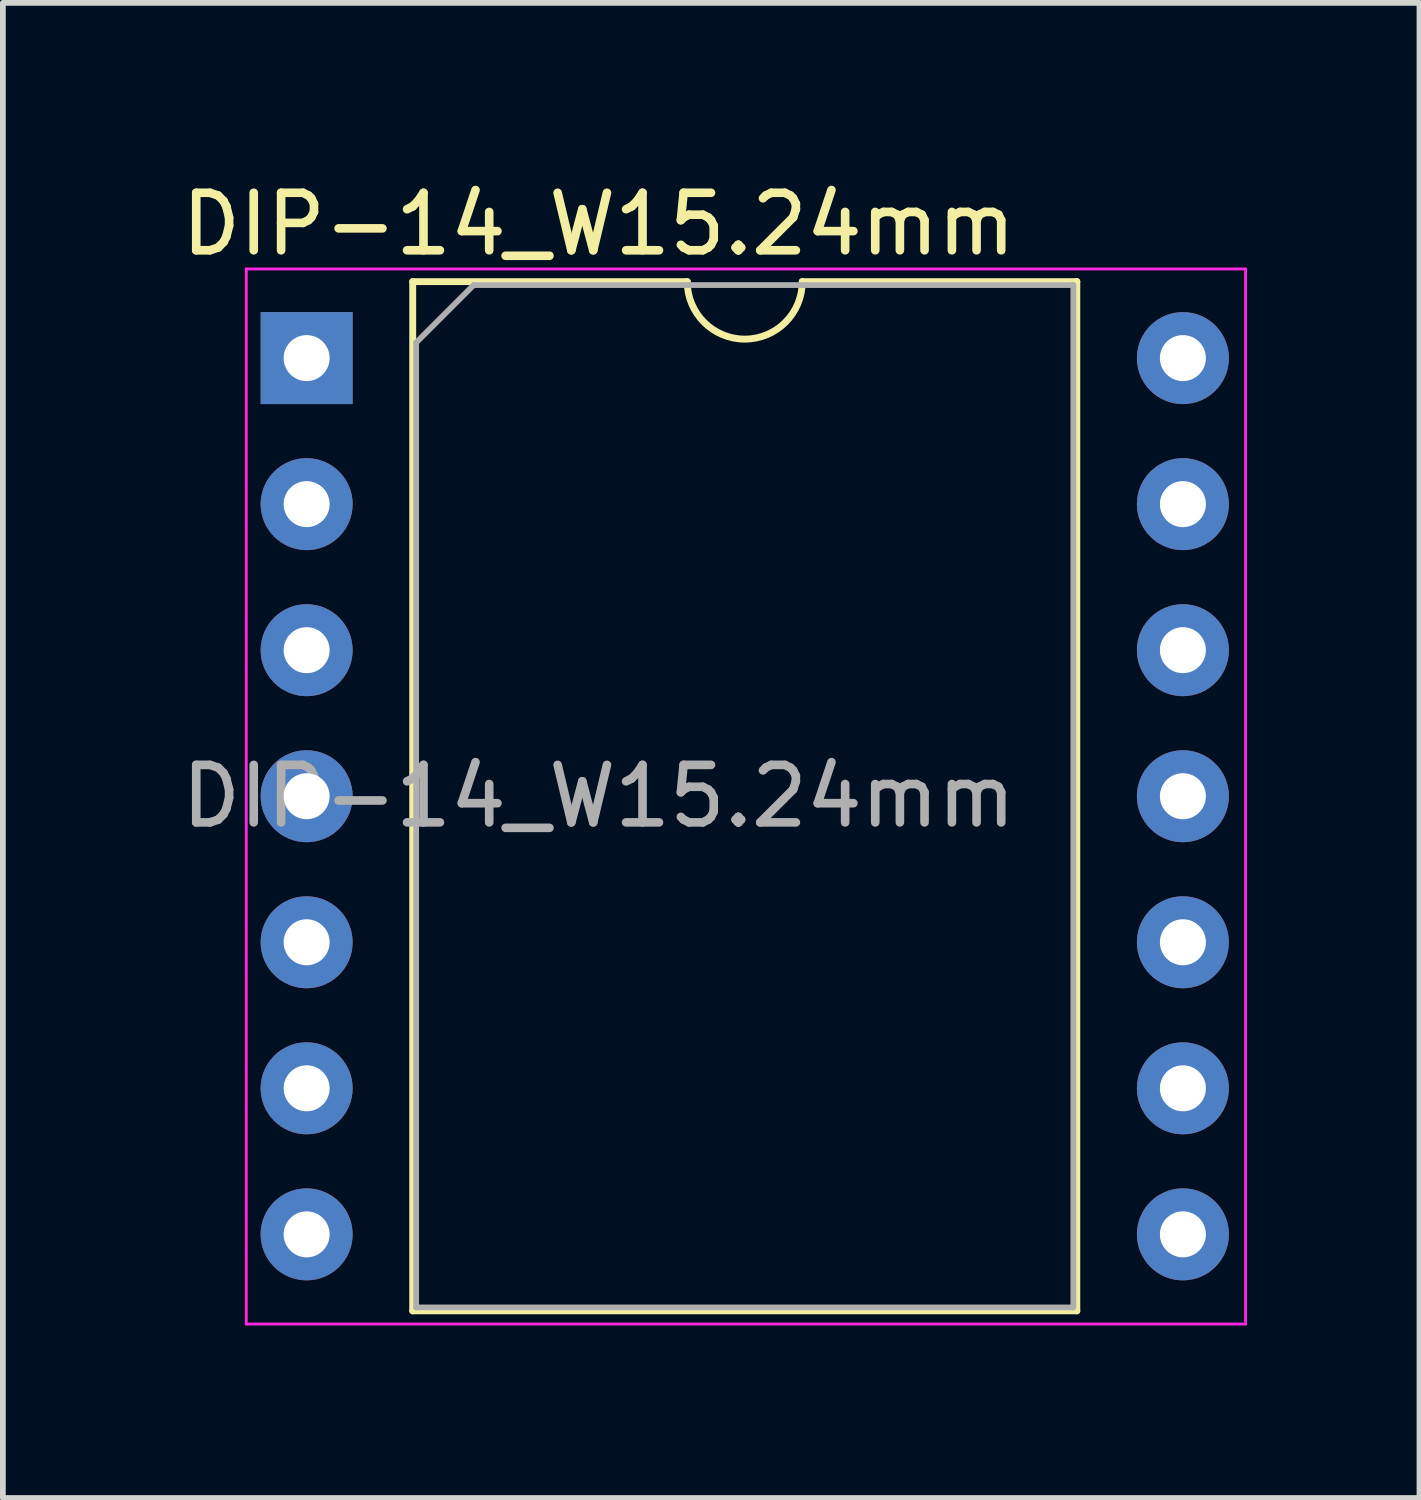
<source format=kicad_pcb>
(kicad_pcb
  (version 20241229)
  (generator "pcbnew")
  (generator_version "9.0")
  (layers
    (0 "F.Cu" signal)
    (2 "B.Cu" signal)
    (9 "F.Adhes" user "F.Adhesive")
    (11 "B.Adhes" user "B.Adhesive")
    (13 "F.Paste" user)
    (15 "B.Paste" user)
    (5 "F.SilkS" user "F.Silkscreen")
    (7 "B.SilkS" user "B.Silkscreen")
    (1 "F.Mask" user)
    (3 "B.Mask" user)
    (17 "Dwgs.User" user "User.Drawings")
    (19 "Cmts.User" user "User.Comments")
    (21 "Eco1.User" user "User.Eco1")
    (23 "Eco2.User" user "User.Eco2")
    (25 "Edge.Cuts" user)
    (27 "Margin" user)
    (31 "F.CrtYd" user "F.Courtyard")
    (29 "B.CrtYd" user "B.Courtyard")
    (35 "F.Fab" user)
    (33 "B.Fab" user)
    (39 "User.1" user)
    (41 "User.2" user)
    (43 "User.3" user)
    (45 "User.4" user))
  (footprint "DIP-14_W15.24mm"
    (layer "F.Cu")
    (at 2.283 3.178)
    (property "Reference" "DIP-14_W15.24mm" (at 5.08 -2.33 0) (layer "F.SilkS") (effects (font (size 1 1) (thickness 0.15))))
    (attr through_hole)
    (fp_line (start 1.845 -1.33) (end 1.845 16.57) (stroke (width 0.12) (type solid)) (layer "F.SilkS"))
    (fp_line (start 1.845 16.57) (end 13.395 16.57) (stroke (width 0.12) (type solid)) (layer "F.SilkS"))
    (fp_line (start 6.62 -1.33) (end 1.845 -1.33) (stroke (width 0.12) (type solid)) (layer "F.SilkS"))
    (fp_line (start 13.395 -1.33) (end 8.62 -1.33) (stroke (width 0.12) (type solid)) (layer "F.SilkS"))
    (fp_line (start 13.395 16.57) (end 13.395 -1.33) (stroke (width 0.12) (type solid)) (layer "F.SilkS"))
    (fp_arc (start 8.62 -1.33) (mid 7.62 -0.33) (end 6.62 -1.33) (stroke (width 0.12) (type solid)) (layer "F.SilkS"))
    (fp_line (start -1.05 -1.55) (end -1.05 16.8) (stroke (width 0.05) (type solid)) (layer "F.CrtYd"))
    (fp_line (start -1.05 16.8) (end 16.33 16.8) (stroke (width 0.05) (type solid)) (layer "F.CrtYd"))
    (fp_line (start 16.33 -1.55) (end -1.05 -1.55) (stroke (width 0.05) (type solid)) (layer "F.CrtYd"))
    (fp_line (start 16.33 16.8) (end 16.33 -1.55) (stroke (width 0.05) (type solid)) (layer "F.CrtYd"))
    (fp_line (start 1.905 -0.27) (end 2.905 -1.27) (stroke (width 0.1) (type solid)) (layer "F.Fab"))
    (fp_line (start 1.905 16.51) (end 1.905 -0.27) (stroke (width 0.1) (type solid)) (layer "F.Fab"))
    (fp_line (start 2.905 -1.27) (end 13.335 -1.27) (stroke (width 0.1) (type solid)) (layer "F.Fab"))
    (fp_line (start 13.335 -1.27) (end 13.335 16.51) (stroke (width 0.1) (type solid)) (layer "F.Fab"))
    (fp_line (start 13.335 16.51) (end 1.905 16.51) (stroke (width 0.1) (type solid)) (layer "F.Fab"))
    (fp_text user "${REFERENCE}" (at 5.08 7.62 0) (layer "F.Fab") (effects (font (size 1 1) (thickness 0.15))))
    (pad "1" thru_hole rect (at 0 0) (size 1.6 1.6) (drill 0.8) (layers "*.Cu" "*.Mask"))
    (pad "2" thru_hole oval (at 0 2.54) (size 1.6 1.6) (drill 0.8) (layers "*.Cu" "*.Mask"))
    (pad "3" thru_hole oval (at 0 5.08) (size 1.6 1.6) (drill 0.8) (layers "*.Cu" "*.Mask"))
    (pad "4" thru_hole oval (at 0 7.62) (size 1.6 1.6) (drill 0.8) (layers "*.Cu" "*.Mask"))
    (pad "5" thru_hole oval (at 0 10.16) (size 1.6 1.6) (drill 0.8) (layers "*.Cu" "*.Mask"))
    (pad "6" thru_hole oval (at 0 12.7) (size 1.6 1.6) (drill 0.8) (layers "*.Cu" "*.Mask"))
    (pad "7" thru_hole oval (at 0 15.24) (size 1.6 1.6) (drill 0.8) (layers "*.Cu" "*.Mask"))
    (pad "8" thru_hole oval (at 15.24 15.24) (size 1.6 1.6) (drill 0.8) (layers "*.Cu" "*.Mask"))
    (pad "9" thru_hole oval (at 15.24 12.7) (size 1.6 1.6) (drill 0.8) (layers "*.Cu" "*.Mask"))
    (pad "10" thru_hole oval (at 15.24 10.16) (size 1.6 1.6) (drill 0.8) (layers "*.Cu" "*.Mask"))
    (pad "11" thru_hole oval (at 15.24 7.62) (size 1.6 1.6) (drill 0.8) (layers "*.Cu" "*.Mask"))
    (pad "12" thru_hole oval (at 15.24 5.08) (size 1.6 1.6) (drill 0.8) (layers "*.Cu" "*.Mask"))
    (pad "13" thru_hole oval (at 15.24 2.54) (size 1.6 1.6) (drill 0.8) (layers "*.Cu" "*.Mask"))
    (pad "14" thru_hole oval (at 15.24 0) (size 1.6 1.6) (drill 0.8) (layers "*.Cu" "*.Mask")))
  (gr_rect
    (start -3 -3)
    (end 21.638 23.003)
    (stroke (width 0.1) (type default))
    (fill no)
    (layer "Edge.Cuts")))
</source>
